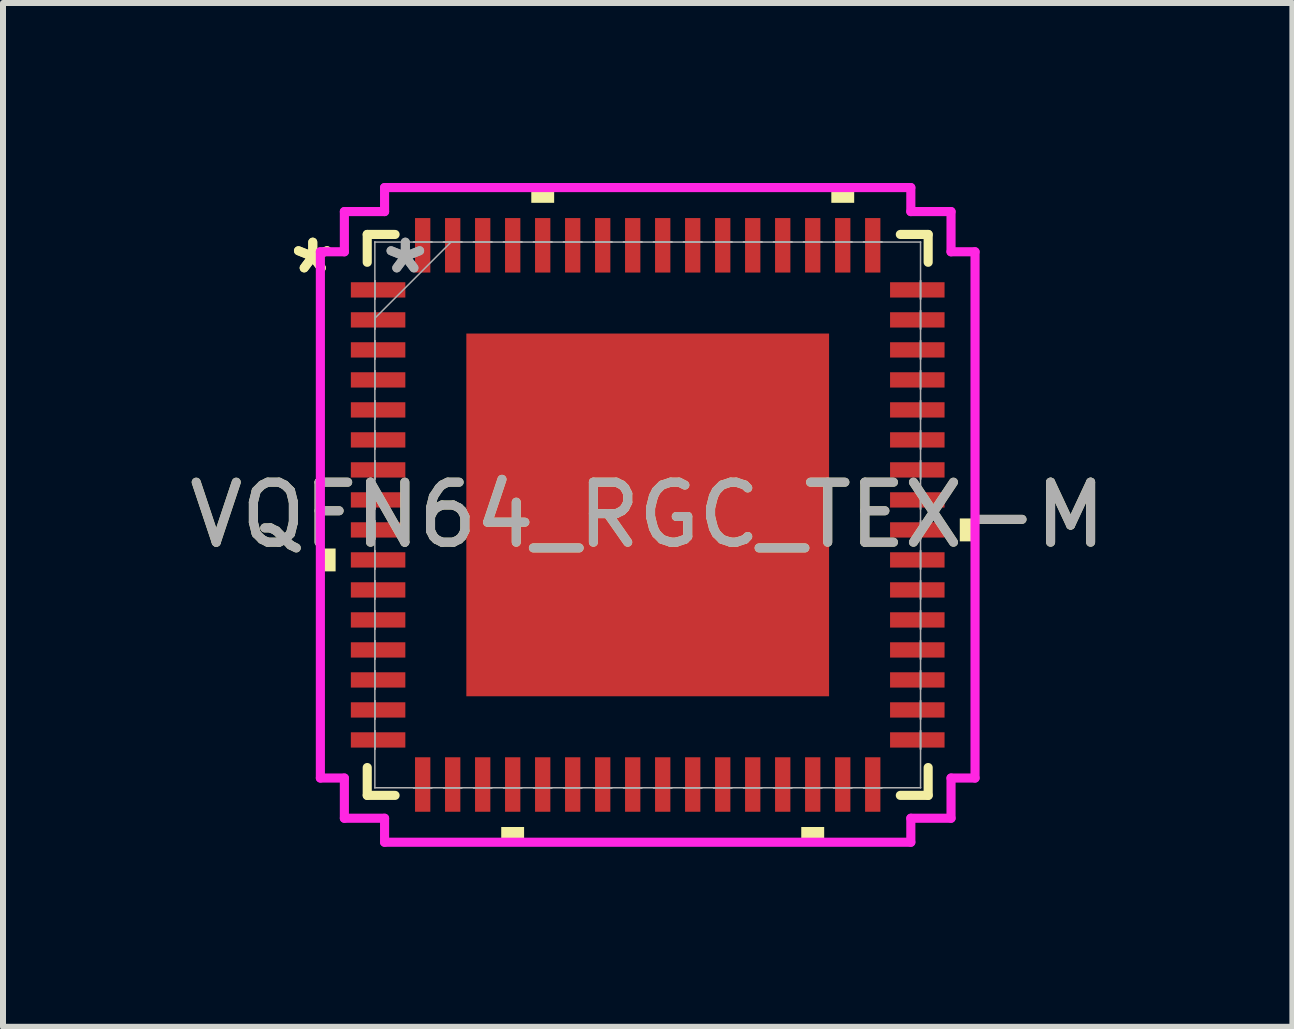
<source format=kicad_pcb>
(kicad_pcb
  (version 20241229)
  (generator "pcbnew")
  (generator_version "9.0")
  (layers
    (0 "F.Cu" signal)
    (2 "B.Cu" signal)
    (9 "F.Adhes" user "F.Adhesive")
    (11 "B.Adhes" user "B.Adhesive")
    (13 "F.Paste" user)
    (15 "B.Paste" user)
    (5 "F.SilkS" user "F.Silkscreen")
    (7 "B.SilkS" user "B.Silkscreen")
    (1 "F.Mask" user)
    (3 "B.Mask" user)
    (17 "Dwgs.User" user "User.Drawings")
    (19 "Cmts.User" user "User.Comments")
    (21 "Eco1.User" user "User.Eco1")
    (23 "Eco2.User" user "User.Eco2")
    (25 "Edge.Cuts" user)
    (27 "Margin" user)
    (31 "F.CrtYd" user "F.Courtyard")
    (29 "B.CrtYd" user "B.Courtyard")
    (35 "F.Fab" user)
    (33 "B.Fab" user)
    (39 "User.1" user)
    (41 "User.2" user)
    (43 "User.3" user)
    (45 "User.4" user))
  (footprint "VQFN64_RGC_TEX-M"
    (layer "F.Cu")
    (at 7.744 5.531)
    (property "Reference" "VQFN64_RGC_TEX-M" (at 0 0 0) (unlocked yes) (layer "F.SilkS") (effects (font (size 1 1) (thickness 0.15))))
    (attr smd)
    (fp_line (start -4.674 -4.674) (end -4.674 -4.21) (stroke (width 0.152) (type solid)) (layer "F.SilkS"))
    (fp_line (start -4.674 4.21) (end -4.674 4.674) (stroke (width 0.152) (type solid)) (layer "F.SilkS"))
    (fp_line (start -4.674 4.674) (end -4.21 4.674) (stroke (width 0.152) (type solid)) (layer "F.SilkS"))
    (fp_line (start -4.21 -4.674) (end -4.674 -4.674) (stroke (width 0.152) (type solid)) (layer "F.SilkS"))
    (fp_line (start 4.21 4.674) (end 4.674 4.674) (stroke (width 0.152) (type solid)) (layer "F.SilkS"))
    (fp_line (start 4.674 -4.674) (end 4.21 -4.674) (stroke (width 0.152) (type solid)) (layer "F.SilkS"))
    (fp_line (start 4.674 -4.21) (end 4.674 -4.674) (stroke (width 0.152) (type solid)) (layer "F.SilkS"))
    (fp_line (start 4.674 4.674) (end 4.674 4.21) (stroke (width 0.152) (type solid)) (layer "F.SilkS"))
    (fp_poly (pts (xy -5.455 0.56) (xy -5.455 0.941) (xy -5.201 0.941) (xy -5.201 0.56)) (stroke (width 0) (type solid)) (fill yes) (layer "F.SilkS"))
    (fp_poly (pts (xy -2.441 5.201) (xy -2.441 5.455) (xy -2.06 5.455) (xy -2.06 5.201)) (stroke (width 0) (type solid)) (fill yes) (layer "F.SilkS"))
    (fp_poly (pts (xy -1.94 -5.201) (xy -1.94 -5.455) (xy -1.559 -5.455) (xy -1.559 -5.201)) (stroke (width 0) (type solid)) (fill yes) (layer "F.SilkS"))
    (fp_poly (pts (xy 2.559 5.201) (xy 2.559 5.455) (xy 2.941 5.455) (xy 2.941 5.201)) (stroke (width 0) (type solid)) (fill yes) (layer "F.SilkS"))
    (fp_poly (pts (xy 3.06 -5.201) (xy 3.06 -5.455) (xy 3.441 -5.455) (xy 3.441 -5.201)) (stroke (width 0) (type solid)) (fill yes) (layer "F.SilkS"))
    (fp_poly (pts (xy 5.455 0.059) (xy 5.455 0.441) (xy 5.201 0.441) (xy 5.201 0.059)) (stroke (width 0) (type solid)) (fill yes) (layer "F.SilkS"))
    (fp_poly (pts (xy -2.923 -2.923) (xy -2.923 -1.611) (xy -1.611 -1.611) (xy -1.611 -2.923)) (stroke (width 0) (type solid)) (fill yes) (layer "F.Paste"))
    (fp_poly (pts (xy -2.923 -1.411) (xy -2.923 -0.1) (xy -1.611 -0.1) (xy -1.611 -1.411)) (stroke (width 0) (type solid)) (fill yes) (layer "F.Paste"))
    (fp_poly (pts (xy -2.923 0.1) (xy -2.923 1.411) (xy -1.611 1.411) (xy -1.611 0.1)) (stroke (width 0) (type solid)) (fill yes) (layer "F.Paste"))
    (fp_poly (pts (xy -2.923 1.611) (xy -2.923 2.923) (xy -1.611 2.923) (xy -1.611 1.611)) (stroke (width 0) (type solid)) (fill yes) (layer "F.Paste"))
    (fp_poly (pts (xy -1.411 -2.923) (xy -1.411 -1.611) (xy -0.1 -1.611) (xy -0.1 -2.923)) (stroke (width 0) (type solid)) (fill yes) (layer "F.Paste"))
    (fp_poly (pts (xy -1.411 -1.411) (xy -1.411 -0.1) (xy -0.1 -0.1) (xy -0.1 -1.411)) (stroke (width 0) (type solid)) (fill yes) (layer "F.Paste"))
    (fp_poly (pts (xy -1.411 0.1) (xy -1.411 1.411) (xy -0.1 1.411) (xy -0.1 0.1)) (stroke (width 0) (type solid)) (fill yes) (layer "F.Paste"))
    (fp_poly (pts (xy -1.411 1.611) (xy -1.411 2.923) (xy -0.1 2.923) (xy -0.1 1.611)) (stroke (width 0) (type solid)) (fill yes) (layer "F.Paste"))
    (fp_poly (pts (xy 0.1 -2.923) (xy 0.1 -1.611) (xy 1.411 -1.611) (xy 1.411 -2.923)) (stroke (width 0) (type solid)) (fill yes) (layer "F.Paste"))
    (fp_poly (pts (xy 0.1 -1.411) (xy 0.1 -0.1) (xy 1.411 -0.1) (xy 1.411 -1.411)) (stroke (width 0) (type solid)) (fill yes) (layer "F.Paste"))
    (fp_poly (pts (xy 0.1 0.1) (xy 0.1 1.411) (xy 1.411 1.411) (xy 1.411 0.1)) (stroke (width 0) (type solid)) (fill yes) (layer "F.Paste"))
    (fp_poly (pts (xy 0.1 1.611) (xy 0.1 2.923) (xy 1.411 2.923) (xy 1.411 1.611)) (stroke (width 0) (type solid)) (fill yes) (layer "F.Paste"))
    (fp_poly (pts (xy 1.611 -2.923) (xy 1.611 -1.611) (xy 2.923 -1.611) (xy 2.923 -2.923)) (stroke (width 0) (type solid)) (fill yes) (layer "F.Paste"))
    (fp_poly (pts (xy 1.611 -1.411) (xy 1.611 -0.1) (xy 2.923 -0.1) (xy 2.923 -1.411)) (stroke (width 0) (type solid)) (fill yes) (layer "F.Paste"))
    (fp_poly (pts (xy 1.611 0.1) (xy 1.611 1.411) (xy 2.923 1.411) (xy 2.923 0.1)) (stroke (width 0) (type solid)) (fill yes) (layer "F.Paste"))
    (fp_poly (pts (xy 1.611 1.611) (xy 1.611 2.923) (xy 2.923 2.923) (xy 2.923 1.611)) (stroke (width 0) (type solid)) (fill yes) (layer "F.Paste"))
    (fp_line (start -5.455 -4.385) (end -5.055 -4.385) (stroke (width 0.152) (type solid)) (layer "F.CrtYd"))
    (fp_line (start -5.455 4.385) (end -5.455 -4.385) (stroke (width 0.152) (type solid)) (layer "F.CrtYd"))
    (fp_line (start -5.055 -5.055) (end -4.385 -5.055) (stroke (width 0.152) (type solid)) (layer "F.CrtYd"))
    (fp_line (start -5.055 -4.385) (end -5.055 -5.055) (stroke (width 0.152) (type solid)) (layer "F.CrtYd"))
    (fp_line (start -5.055 4.385) (end -5.455 4.385) (stroke (width 0.152) (type solid)) (layer "F.CrtYd"))
    (fp_line (start -5.055 5.055) (end -5.055 4.385) (stroke (width 0.152) (type solid)) (layer "F.CrtYd"))
    (fp_line (start -4.385 -5.455) (end 4.385 -5.455) (stroke (width 0.152) (type solid)) (layer "F.CrtYd"))
    (fp_line (start -4.385 -5.055) (end -4.385 -5.455) (stroke (width 0.152) (type solid)) (layer "F.CrtYd"))
    (fp_line (start -4.385 5.055) (end -5.055 5.055) (stroke (width 0.152) (type solid)) (layer "F.CrtYd"))
    (fp_line (start -4.385 5.455) (end -4.385 5.055) (stroke (width 0.152) (type solid)) (layer "F.CrtYd"))
    (fp_line (start 4.385 -5.455) (end 4.385 -5.055) (stroke (width 0.152) (type solid)) (layer "F.CrtYd"))
    (fp_line (start 4.385 -5.055) (end 5.055 -5.055) (stroke (width 0.152) (type solid)) (layer "F.CrtYd"))
    (fp_line (start 4.385 5.055) (end 4.385 5.455) (stroke (width 0.152) (type solid)) (layer "F.CrtYd"))
    (fp_line (start 4.385 5.455) (end -4.385 5.455) (stroke (width 0.152) (type solid)) (layer "F.CrtYd"))
    (fp_line (start 5.055 -5.055) (end 5.055 -4.385) (stroke (width 0.152) (type solid)) (layer "F.CrtYd"))
    (fp_line (start 5.055 -4.385) (end 5.455 -4.385) (stroke (width 0.152) (type solid)) (layer "F.CrtYd"))
    (fp_line (start 5.055 4.385) (end 5.055 5.055) (stroke (width 0.152) (type solid)) (layer "F.CrtYd"))
    (fp_line (start 5.055 5.055) (end 4.385 5.055) (stroke (width 0.152) (type solid)) (layer "F.CrtYd"))
    (fp_line (start 5.455 -4.385) (end 5.455 4.385) (stroke (width 0.152) (type solid)) (layer "F.CrtYd"))
    (fp_line (start 5.455 4.385) (end 5.055 4.385) (stroke (width 0.152) (type solid)) (layer "F.CrtYd"))
    (fp_line (start -4.547 -4.547) (end -4.547 -4.547) (stroke (width 0.025) (type solid)) (layer "F.Fab"))
    (fp_line (start -4.547 -4.547) (end -4.547 4.547) (stroke (width 0.025) (type solid)) (layer "F.Fab"))
    (fp_line (start -4.547 -3.902) (end -4.547 -3.902) (stroke (width 0.025) (type solid)) (layer "F.Fab"))
    (fp_line (start -4.547 -3.902) (end -4.547 -3.598) (stroke (width 0.025) (type solid)) (layer "F.Fab"))
    (fp_line (start -4.547 -3.598) (end -4.547 -3.902) (stroke (width 0.025) (type solid)) (layer "F.Fab"))
    (fp_line (start -4.547 -3.598) (end -4.547 -3.598) (stroke (width 0.025) (type solid)) (layer "F.Fab"))
    (fp_line (start -4.547 -3.402) (end -4.547 -3.402) (stroke (width 0.025) (type solid)) (layer "F.Fab"))
    (fp_line (start -4.547 -3.402) (end -4.547 -3.098) (stroke (width 0.025) (type solid)) (layer "F.Fab"))
    (fp_line (start -4.547 -3.277) (end -3.277 -4.547) (stroke (width 0.025) (type solid)) (layer "F.Fab"))
    (fp_line (start -4.547 -3.098) (end -4.547 -3.402) (stroke (width 0.025) (type solid)) (layer "F.Fab"))
    (fp_line (start -4.547 -3.098) (end -4.547 -3.098) (stroke (width 0.025) (type solid)) (layer "F.Fab"))
    (fp_line (start -4.547 -2.902) (end -4.547 -2.902) (stroke (width 0.025) (type solid)) (layer "F.Fab"))
    (fp_line (start -4.547 -2.902) (end -4.547 -2.598) (stroke (width 0.025) (type solid)) (layer "F.Fab"))
    (fp_line (start -4.547 -2.598) (end -4.547 -2.902) (stroke (width 0.025) (type solid)) (layer "F.Fab"))
    (fp_line (start -4.547 -2.598) (end -4.547 -2.598) (stroke (width 0.025) (type solid)) (layer "F.Fab"))
    (fp_line (start -4.547 -2.402) (end -4.547 -2.402) (stroke (width 0.025) (type solid)) (layer "F.Fab"))
    (fp_line (start -4.547 -2.402) (end -4.547 -2.098) (stroke (width 0.025) (type solid)) (layer "F.Fab"))
    (fp_line (start -4.547 -2.098) (end -4.547 -2.402) (stroke (width 0.025) (type solid)) (layer "F.Fab"))
    (fp_line (start -4.547 -2.098) (end -4.547 -2.098) (stroke (width 0.025) (type solid)) (layer "F.Fab"))
    (fp_line (start -4.547 -1.902) (end -4.547 -1.902) (stroke (width 0.025) (type solid)) (layer "F.Fab"))
    (fp_line (start -4.547 -1.902) (end -4.547 -1.598) (stroke (width 0.025) (type solid)) (layer "F.Fab"))
    (fp_line (start -4.547 -1.598) (end -4.547 -1.902) (stroke (width 0.025) (type solid)) (layer "F.Fab"))
    (fp_line (start -4.547 -1.598) (end -4.547 -1.598) (stroke (width 0.025) (type solid)) (layer "F.Fab"))
    (fp_line (start -4.547 -1.402) (end -4.547 -1.402) (stroke (width 0.025) (type solid)) (layer "F.Fab"))
    (fp_line (start -4.547 -1.402) (end -4.547 -1.098) (stroke (width 0.025) (type solid)) (layer "F.Fab"))
    (fp_line (start -4.547 -1.098) (end -4.547 -1.402) (stroke (width 0.025) (type solid)) (layer "F.Fab"))
    (fp_line (start -4.547 -1.098) (end -4.547 -1.098) (stroke (width 0.025) (type solid)) (layer "F.Fab"))
    (fp_line (start -4.547 -0.902) (end -4.547 -0.902) (stroke (width 0.025) (type solid)) (layer "F.Fab"))
    (fp_line (start -4.547 -0.902) (end -4.547 -0.598) (stroke (width 0.025) (type solid)) (layer "F.Fab"))
    (fp_line (start -4.547 -0.598) (end -4.547 -0.902) (stroke (width 0.025) (type solid)) (layer "F.Fab"))
    (fp_line (start -4.547 -0.598) (end -4.547 -0.598) (stroke (width 0.025) (type solid)) (layer "F.Fab"))
    (fp_line (start -4.547 -0.402) (end -4.547 -0.402) (stroke (width 0.025) (type solid)) (layer "F.Fab"))
    (fp_line (start -4.547 -0.402) (end -4.547 -0.098) (stroke (width 0.025) (type solid)) (layer "F.Fab"))
    (fp_line (start -4.547 -0.098) (end -4.547 -0.402) (stroke (width 0.025) (type solid)) (layer "F.Fab"))
    (fp_line (start -4.547 -0.098) (end -4.547 -0.098) (stroke (width 0.025) (type solid)) (layer "F.Fab"))
    (fp_line (start -4.547 0.098) (end -4.547 0.098) (stroke (width 0.025) (type solid)) (layer "F.Fab"))
    (fp_line (start -4.547 0.098) (end -4.547 0.402) (stroke (width 0.025) (type solid)) (layer "F.Fab"))
    (fp_line (start -4.547 0.402) (end -4.547 0.098) (stroke (width 0.025) (type solid)) (layer "F.Fab"))
    (fp_line (start -4.547 0.402) (end -4.547 0.402) (stroke (width 0.025) (type solid)) (layer "F.Fab"))
    (fp_line (start -4.547 0.598) (end -4.547 0.598) (stroke (width 0.025) (type solid)) (layer "F.Fab"))
    (fp_line (start -4.547 0.598) (end -4.547 0.902) (stroke (width 0.025) (type solid)) (layer "F.Fab"))
    (fp_line (start -4.547 0.902) (end -4.547 0.598) (stroke (width 0.025) (type solid)) (layer "F.Fab"))
    (fp_line (start -4.547 0.902) (end -4.547 0.902) (stroke (width 0.025) (type solid)) (layer "F.Fab"))
    (fp_line (start -4.547 1.098) (end -4.547 1.098) (stroke (width 0.025) (type solid)) (layer "F.Fab"))
    (fp_line (start -4.547 1.098) (end -4.547 1.402) (stroke (width 0.025) (type solid)) (layer "F.Fab"))
    (fp_line (start -4.547 1.402) (end -4.547 1.098) (stroke (width 0.025) (type solid)) (layer "F.Fab"))
    (fp_line (start -4.547 1.402) (end -4.547 1.402) (stroke (width 0.025) (type solid)) (layer "F.Fab"))
    (fp_line (start -4.547 1.598) (end -4.547 1.598) (stroke (width 0.025) (type solid)) (layer "F.Fab"))
    (fp_line (start -4.547 1.598) (end -4.547 1.902) (stroke (width 0.025) (type solid)) (layer "F.Fab"))
    (fp_line (start -4.547 1.902) (end -4.547 1.598) (stroke (width 0.025) (type solid)) (layer "F.Fab"))
    (fp_line (start -4.547 1.902) (end -4.547 1.902) (stroke (width 0.025) (type solid)) (layer "F.Fab"))
    (fp_line (start -4.547 2.098) (end -4.547 2.098) (stroke (width 0.025) (type solid)) (layer "F.Fab"))
    (fp_line (start -4.547 2.098) (end -4.547 2.402) (stroke (width 0.025) (type solid)) (layer "F.Fab"))
    (fp_line (start -4.547 2.402) (end -4.547 2.098) (stroke (width 0.025) (type solid)) (layer "F.Fab"))
    (fp_line (start -4.547 2.402) (end -4.547 2.402) (stroke (width 0.025) (type solid)) (layer "F.Fab"))
    (fp_line (start -4.547 2.598) (end -4.547 2.598) (stroke (width 0.025) (type solid)) (layer "F.Fab"))
    (fp_line (start -4.547 2.598) (end -4.547 2.902) (stroke (width 0.025) (type solid)) (layer "F.Fab"))
    (fp_line (start -4.547 2.902) (end -4.547 2.598) (stroke (width 0.025) (type solid)) (layer "F.Fab"))
    (fp_line (start -4.547 2.902) (end -4.547 2.902) (stroke (width 0.025) (type solid)) (layer "F.Fab"))
    (fp_line (start -4.547 3.098) (end -4.547 3.098) (stroke (width 0.025) (type solid)) (layer "F.Fab"))
    (fp_line (start -4.547 3.098) (end -4.547 3.402) (stroke (width 0.025) (type solid)) (layer "F.Fab"))
    (fp_line (start -4.547 3.402) (end -4.547 3.098) (stroke (width 0.025) (type solid)) (layer "F.Fab"))
    (fp_line (start -4.547 3.402) (end -4.547 3.402) (stroke (width 0.025) (type solid)) (layer "F.Fab"))
    (fp_line (start -4.547 3.598) (end -4.547 3.598) (stroke (width 0.025) (type solid)) (layer "F.Fab"))
    (fp_line (start -4.547 3.598) (end -4.547 3.902) (stroke (width 0.025) (type solid)) (layer "F.Fab"))
    (fp_line (start -4.547 3.902) (end -4.547 3.598) (stroke (width 0.025) (type solid)) (layer "F.Fab"))
    (fp_line (start -4.547 3.902) (end -4.547 3.902) (stroke (width 0.025) (type solid)) (layer "F.Fab"))
    (fp_line (start -4.547 4.547) (end -4.547 4.547) (stroke (width 0.025) (type solid)) (layer "F.Fab"))
    (fp_line (start -4.547 4.547) (end 4.547 4.547) (stroke (width 0.025) (type solid)) (layer "F.Fab"))
    (fp_line (start -3.902 -4.547) (end -3.902 -4.547) (stroke (width 0.025) (type solid)) (layer "F.Fab"))
    (fp_line (start -3.902 -4.547) (end -3.598 -4.547) (stroke (width 0.025) (type solid)) (layer "F.Fab"))
    (fp_line (start -3.902 4.547) (end -3.902 4.547) (stroke (width 0.025) (type solid)) (layer "F.Fab"))
    (fp_line (start -3.902 4.547) (end -3.598 4.547) (stroke (width 0.025) (type solid)) (layer "F.Fab"))
    (fp_line (start -3.598 -4.547) (end -3.902 -4.547) (stroke (width 0.025) (type solid)) (layer "F.Fab"))
    (fp_line (start -3.598 -4.547) (end -3.598 -4.547) (stroke (width 0.025) (type solid)) (layer "F.Fab"))
    (fp_line (start -3.598 4.547) (end -3.902 4.547) (stroke (width 0.025) (type solid)) (layer "F.Fab"))
    (fp_line (start -3.598 4.547) (end -3.598 4.547) (stroke (width 0.025) (type solid)) (layer "F.Fab"))
    (fp_line (start -3.402 -4.547) (end -3.402 -4.547) (stroke (width 0.025) (type solid)) (layer "F.Fab"))
    (fp_line (start -3.402 -4.547) (end -3.098 -4.547) (stroke (width 0.025) (type solid)) (layer "F.Fab"))
    (fp_line (start -3.402 4.547) (end -3.402 4.547) (stroke (width 0.025) (type solid)) (layer "F.Fab"))
    (fp_line (start -3.402 4.547) (end -3.098 4.547) (stroke (width 0.025) (type solid)) (layer "F.Fab"))
    (fp_line (start -3.098 -4.547) (end -3.402 -4.547) (stroke (width 0.025) (type solid)) (layer "F.Fab"))
    (fp_line (start -3.098 -4.547) (end -3.098 -4.547) (stroke (width 0.025) (type solid)) (layer "F.Fab"))
    (fp_line (start -3.098 4.547) (end -3.402 4.547) (stroke (width 0.025) (type solid)) (layer "F.Fab"))
    (fp_line (start -3.098 4.547) (end -3.098 4.547) (stroke (width 0.025) (type solid)) (layer "F.Fab"))
    (fp_line (start -2.902 -4.547) (end -2.902 -4.547) (stroke (width 0.025) (type solid)) (layer "F.Fab"))
    (fp_line (start -2.902 -4.547) (end -2.598 -4.547) (stroke (width 0.025) (type solid)) (layer "F.Fab"))
    (fp_line (start -2.902 4.547) (end -2.902 4.547) (stroke (width 0.025) (type solid)) (layer "F.Fab"))
    (fp_line (start -2.902 4.547) (end -2.598 4.547) (stroke (width 0.025) (type solid)) (layer "F.Fab"))
    (fp_line (start -2.598 -4.547) (end -2.902 -4.547) (stroke (width 0.025) (type solid)) (layer "F.Fab"))
    (fp_line (start -2.598 -4.547) (end -2.598 -4.547) (stroke (width 0.025) (type solid)) (layer "F.Fab"))
    (fp_line (start -2.598 4.547) (end -2.902 4.547) (stroke (width 0.025) (type solid)) (layer "F.Fab"))
    (fp_line (start -2.598 4.547) (end -2.598 4.547) (stroke (width 0.025) (type solid)) (layer "F.Fab"))
    (fp_line (start -2.402 -4.547) (end -2.402 -4.547) (stroke (width 0.025) (type solid)) (layer "F.Fab"))
    (fp_line (start -2.402 -4.547) (end -2.098 -4.547) (stroke (width 0.025) (type solid)) (layer "F.Fab"))
    (fp_line (start -2.402 4.547) (end -2.402 4.547) (stroke (width 0.025) (type solid)) (layer "F.Fab"))
    (fp_line (start -2.402 4.547) (end -2.098 4.547) (stroke (width 0.025) (type solid)) (layer "F.Fab"))
    (fp_line (start -2.098 -4.547) (end -2.402 -4.547) (stroke (width 0.025) (type solid)) (layer "F.Fab"))
    (fp_line (start -2.098 -4.547) (end -2.098 -4.547) (stroke (width 0.025) (type solid)) (layer "F.Fab"))
    (fp_line (start -2.098 4.547) (end -2.402 4.547) (stroke (width 0.025) (type solid)) (layer "F.Fab"))
    (fp_line (start -2.098 4.547) (end -2.098 4.547) (stroke (width 0.025) (type solid)) (layer "F.Fab"))
    (fp_line (start -1.902 -4.547) (end -1.902 -4.547) (stroke (width 0.025) (type solid)) (layer "F.Fab"))
    (fp_line (start -1.902 -4.547) (end -1.598 -4.547) (stroke (width 0.025) (type solid)) (layer "F.Fab"))
    (fp_line (start -1.902 4.547) (end -1.902 4.547) (stroke (width 0.025) (type solid)) (layer "F.Fab"))
    (fp_line (start -1.902 4.547) (end -1.598 4.547) (stroke (width 0.025) (type solid)) (layer "F.Fab"))
    (fp_line (start -1.598 -4.547) (end -1.902 -4.547) (stroke (width 0.025) (type solid)) (layer "F.Fab"))
    (fp_line (start -1.598 -4.547) (end -1.598 -4.547) (stroke (width 0.025) (type solid)) (layer "F.Fab"))
    (fp_line (start -1.598 4.547) (end -1.902 4.547) (stroke (width 0.025) (type solid)) (layer "F.Fab"))
    (fp_line (start -1.598 4.547) (end -1.598 4.547) (stroke (width 0.025) (type solid)) (layer "F.Fab"))
    (fp_line (start -1.402 -4.547) (end -1.402 -4.547) (stroke (width 0.025) (type solid)) (layer "F.Fab"))
    (fp_line (start -1.402 -4.547) (end -1.098 -4.547) (stroke (width 0.025) (type solid)) (layer "F.Fab"))
    (fp_line (start -1.402 4.547) (end -1.402 4.547) (stroke (width 0.025) (type solid)) (layer "F.Fab"))
    (fp_line (start -1.402 4.547) (end -1.098 4.547) (stroke (width 0.025) (type solid)) (layer "F.Fab"))
    (fp_line (start -1.098 -4.547) (end -1.402 -4.547) (stroke (width 0.025) (type solid)) (layer "F.Fab"))
    (fp_line (start -1.098 -4.547) (end -1.098 -4.547) (stroke (width 0.025) (type solid)) (layer "F.Fab"))
    (fp_line (start -1.098 4.547) (end -1.402 4.547) (stroke (width 0.025) (type solid)) (layer "F.Fab"))
    (fp_line (start -1.098 4.547) (end -1.098 4.547) (stroke (width 0.025) (type solid)) (layer "F.Fab"))
    (fp_line (start -0.902 -4.547) (end -0.902 -4.547) (stroke (width 0.025) (type solid)) (layer "F.Fab"))
    (fp_line (start -0.902 -4.547) (end -0.598 -4.547) (stroke (width 0.025) (type solid)) (layer "F.Fab"))
    (fp_line (start -0.902 4.547) (end -0.902 4.547) (stroke (width 0.025) (type solid)) (layer "F.Fab"))
    (fp_line (start -0.902 4.547) (end -0.598 4.547) (stroke (width 0.025) (type solid)) (layer "F.Fab"))
    (fp_line (start -0.598 -4.547) (end -0.902 -4.547) (stroke (width 0.025) (type solid)) (layer "F.Fab"))
    (fp_line (start -0.598 -4.547) (end -0.598 -4.547) (stroke (width 0.025) (type solid)) (layer "F.Fab"))
    (fp_line (start -0.598 4.547) (end -0.902 4.547) (stroke (width 0.025) (type solid)) (layer "F.Fab"))
    (fp_line (start -0.598 4.547) (end -0.598 4.547) (stroke (width 0.025) (type solid)) (layer "F.Fab"))
    (fp_line (start -0.402 -4.547) (end -0.402 -4.547) (stroke (width 0.025) (type solid)) (layer "F.Fab"))
    (fp_line (start -0.402 -4.547) (end -0.098 -4.547) (stroke (width 0.025) (type solid)) (layer "F.Fab"))
    (fp_line (start -0.402 4.547) (end -0.402 4.547) (stroke (width 0.025) (type solid)) (layer "F.Fab"))
    (fp_line (start -0.402 4.547) (end -0.098 4.547) (stroke (width 0.025) (type solid)) (layer "F.Fab"))
    (fp_line (start -0.098 -4.547) (end -0.402 -4.547) (stroke (width 0.025) (type solid)) (layer "F.Fab"))
    (fp_line (start -0.098 -4.547) (end -0.098 -4.547) (stroke (width 0.025) (type solid)) (layer "F.Fab"))
    (fp_line (start -0.098 4.547) (end -0.402 4.547) (stroke (width 0.025) (type solid)) (layer "F.Fab"))
    (fp_line (start -0.098 4.547) (end -0.098 4.547) (stroke (width 0.025) (type solid)) (layer "F.Fab"))
    (fp_line (start 0.098 -4.547) (end 0.098 -4.547) (stroke (width 0.025) (type solid)) (layer "F.Fab"))
    (fp_line (start 0.098 -4.547) (end 0.402 -4.547) (stroke (width 0.025) (type solid)) (layer "F.Fab"))
    (fp_line (start 0.098 4.547) (end 0.098 4.547) (stroke (width 0.025) (type solid)) (layer "F.Fab"))
    (fp_line (start 0.098 4.547) (end 0.402 4.547) (stroke (width 0.025) (type solid)) (layer "F.Fab"))
    (fp_line (start 0.402 -4.547) (end 0.098 -4.547) (stroke (width 0.025) (type solid)) (layer "F.Fab"))
    (fp_line (start 0.402 -4.547) (end 0.402 -4.547) (stroke (width 0.025) (type solid)) (layer "F.Fab"))
    (fp_line (start 0.402 4.547) (end 0.098 4.547) (stroke (width 0.025) (type solid)) (layer "F.Fab"))
    (fp_line (start 0.402 4.547) (end 0.402 4.547) (stroke (width 0.025) (type solid)) (layer "F.Fab"))
    (fp_line (start 0.598 -4.547) (end 0.598 -4.547) (stroke (width 0.025) (type solid)) (layer "F.Fab"))
    (fp_line (start 0.598 -4.547) (end 0.902 -4.547) (stroke (width 0.025) (type solid)) (layer "F.Fab"))
    (fp_line (start 0.598 4.547) (end 0.598 4.547) (stroke (width 0.025) (type solid)) (layer "F.Fab"))
    (fp_line (start 0.598 4.547) (end 0.902 4.547) (stroke (width 0.025) (type solid)) (layer "F.Fab"))
    (fp_line (start 0.902 -4.547) (end 0.598 -4.547) (stroke (width 0.025) (type solid)) (layer "F.Fab"))
    (fp_line (start 0.902 -4.547) (end 0.902 -4.547) (stroke (width 0.025) (type solid)) (layer "F.Fab"))
    (fp_line (start 0.902 4.547) (end 0.598 4.547) (stroke (width 0.025) (type solid)) (layer "F.Fab"))
    (fp_line (start 0.902 4.547) (end 0.902 4.547) (stroke (width 0.025) (type solid)) (layer "F.Fab"))
    (fp_line (start 1.098 -4.547) (end 1.098 -4.547) (stroke (width 0.025) (type solid)) (layer "F.Fab"))
    (fp_line (start 1.098 -4.547) (end 1.402 -4.547) (stroke (width 0.025) (type solid)) (layer "F.Fab"))
    (fp_line (start 1.098 4.547) (end 1.098 4.547) (stroke (width 0.025) (type solid)) (layer "F.Fab"))
    (fp_line (start 1.098 4.547) (end 1.402 4.547) (stroke (width 0.025) (type solid)) (layer "F.Fab"))
    (fp_line (start 1.402 -4.547) (end 1.098 -4.547) (stroke (width 0.025) (type solid)) (layer "F.Fab"))
    (fp_line (start 1.402 -4.547) (end 1.402 -4.547) (stroke (width 0.025) (type solid)) (layer "F.Fab"))
    (fp_line (start 1.402 4.547) (end 1.098 4.547) (stroke (width 0.025) (type solid)) (layer "F.Fab"))
    (fp_line (start 1.402 4.547) (end 1.402 4.547) (stroke (width 0.025) (type solid)) (layer "F.Fab"))
    (fp_line (start 1.598 -4.547) (end 1.598 -4.547) (stroke (width 0.025) (type solid)) (layer "F.Fab"))
    (fp_line (start 1.598 -4.547) (end 1.902 -4.547) (stroke (width 0.025) (type solid)) (layer "F.Fab"))
    (fp_line (start 1.598 4.547) (end 1.598 4.547) (stroke (width 0.025) (type solid)) (layer "F.Fab"))
    (fp_line (start 1.598 4.547) (end 1.902 4.547) (stroke (width 0.025) (type solid)) (layer "F.Fab"))
    (fp_line (start 1.902 -4.547) (end 1.598 -4.547) (stroke (width 0.025) (type solid)) (layer "F.Fab"))
    (fp_line (start 1.902 -4.547) (end 1.902 -4.547) (stroke (width 0.025) (type solid)) (layer "F.Fab"))
    (fp_line (start 1.902 4.547) (end 1.598 4.547) (stroke (width 0.025) (type solid)) (layer "F.Fab"))
    (fp_line (start 1.902 4.547) (end 1.902 4.547) (stroke (width 0.025) (type solid)) (layer "F.Fab"))
    (fp_line (start 2.098 -4.547) (end 2.098 -4.547) (stroke (width 0.025) (type solid)) (layer "F.Fab"))
    (fp_line (start 2.098 -4.547) (end 2.402 -4.547) (stroke (width 0.025) (type solid)) (layer "F.Fab"))
    (fp_line (start 2.098 4.547) (end 2.098 4.547) (stroke (width 0.025) (type solid)) (layer "F.Fab"))
    (fp_line (start 2.098 4.547) (end 2.402 4.547) (stroke (width 0.025) (type solid)) (layer "F.Fab"))
    (fp_line (start 2.402 -4.547) (end 2.098 -4.547) (stroke (width 0.025) (type solid)) (layer "F.Fab"))
    (fp_line (start 2.402 -4.547) (end 2.402 -4.547) (stroke (width 0.025) (type solid)) (layer "F.Fab"))
    (fp_line (start 2.402 4.547) (end 2.098 4.547) (stroke (width 0.025) (type solid)) (layer "F.Fab"))
    (fp_line (start 2.402 4.547) (end 2.402 4.547) (stroke (width 0.025) (type solid)) (layer "F.Fab"))
    (fp_line (start 2.598 -4.547) (end 2.598 -4.547) (stroke (width 0.025) (type solid)) (layer "F.Fab"))
    (fp_line (start 2.598 -4.547) (end 2.902 -4.547) (stroke (width 0.025) (type solid)) (layer "F.Fab"))
    (fp_line (start 2.598 4.547) (end 2.598 4.547) (stroke (width 0.025) (type solid)) (layer "F.Fab"))
    (fp_line (start 2.598 4.547) (end 2.902 4.547) (stroke (width 0.025) (type solid)) (layer "F.Fab"))
    (fp_line (start 2.902 -4.547) (end 2.598 -4.547) (stroke (width 0.025) (type solid)) (layer "F.Fab"))
    (fp_line (start 2.902 -4.547) (end 2.902 -4.547) (stroke (width 0.025) (type solid)) (layer "F.Fab"))
    (fp_line (start 2.902 4.547) (end 2.598 4.547) (stroke (width 0.025) (type solid)) (layer "F.Fab"))
    (fp_line (start 2.902 4.547) (end 2.902 4.547) (stroke (width 0.025) (type solid)) (layer "F.Fab"))
    (fp_line (start 3.098 -4.547) (end 3.098 -4.547) (stroke (width 0.025) (type solid)) (layer "F.Fab"))
    (fp_line (start 3.098 -4.547) (end 3.402 -4.547) (stroke (width 0.025) (type solid)) (layer "F.Fab"))
    (fp_line (start 3.098 4.547) (end 3.098 4.547) (stroke (width 0.025) (type solid)) (layer "F.Fab"))
    (fp_line (start 3.098 4.547) (end 3.402 4.547) (stroke (width 0.025) (type solid)) (layer "F.Fab"))
    (fp_line (start 3.402 -4.547) (end 3.098 -4.547) (stroke (width 0.025) (type solid)) (layer "F.Fab"))
    (fp_line (start 3.402 -4.547) (end 3.402 -4.547) (stroke (width 0.025) (type solid)) (layer "F.Fab"))
    (fp_line (start 3.402 4.547) (end 3.098 4.547) (stroke (width 0.025) (type solid)) (layer "F.Fab"))
    (fp_line (start 3.402 4.547) (end 3.402 4.547) (stroke (width 0.025) (type solid)) (layer "F.Fab"))
    (fp_line (start 3.598 -4.547) (end 3.598 -4.547) (stroke (width 0.025) (type solid)) (layer "F.Fab"))
    (fp_line (start 3.598 -4.547) (end 3.902 -4.547) (stroke (width 0.025) (type solid)) (layer "F.Fab"))
    (fp_line (start 3.598 4.547) (end 3.598 4.547) (stroke (width 0.025) (type solid)) (layer "F.Fab"))
    (fp_line (start 3.598 4.547) (end 3.902 4.547) (stroke (width 0.025) (type solid)) (layer "F.Fab"))
    (fp_line (start 3.902 -4.547) (end 3.598 -4.547) (stroke (width 0.025) (type solid)) (layer "F.Fab"))
    (fp_line (start 3.902 -4.547) (end 3.902 -4.547) (stroke (width 0.025) (type solid)) (layer "F.Fab"))
    (fp_line (start 3.902 4.547) (end 3.598 4.547) (stroke (width 0.025) (type solid)) (layer "F.Fab"))
    (fp_line (start 3.902 4.547) (end 3.902 4.547) (stroke (width 0.025) (type solid)) (layer "F.Fab"))
    (fp_line (start 4.547 -4.547) (end -4.547 -4.547) (stroke (width 0.025) (type solid)) (layer "F.Fab"))
    (fp_line (start 4.547 -4.547) (end 4.547 -4.547) (stroke (width 0.025) (type solid)) (layer "F.Fab"))
    (fp_line (start 4.547 -3.902) (end 4.547 -3.902) (stroke (width 0.025) (type solid)) (layer "F.Fab"))
    (fp_line (start 4.547 -3.902) (end 4.547 -3.598) (stroke (width 0.025) (type solid)) (layer "F.Fab"))
    (fp_line (start 4.547 -3.598) (end 4.547 -3.902) (stroke (width 0.025) (type solid)) (layer "F.Fab"))
    (fp_line (start 4.547 -3.598) (end 4.547 -3.598) (stroke (width 0.025) (type solid)) (layer "F.Fab"))
    (fp_line (start 4.547 -3.402) (end 4.547 -3.402) (stroke (width 0.025) (type solid)) (layer "F.Fab"))
    (fp_line (start 4.547 -3.402) (end 4.547 -3.098) (stroke (width 0.025) (type solid)) (layer "F.Fab"))
    (fp_line (start 4.547 -3.098) (end 4.547 -3.402) (stroke (width 0.025) (type solid)) (layer "F.Fab"))
    (fp_line (start 4.547 -3.098) (end 4.547 -3.098) (stroke (width 0.025) (type solid)) (layer "F.Fab"))
    (fp_line (start 4.547 -2.902) (end 4.547 -2.902) (stroke (width 0.025) (type solid)) (layer "F.Fab"))
    (fp_line (start 4.547 -2.902) (end 4.547 -2.598) (stroke (width 0.025) (type solid)) (layer "F.Fab"))
    (fp_line (start 4.547 -2.598) (end 4.547 -2.902) (stroke (width 0.025) (type solid)) (layer "F.Fab"))
    (fp_line (start 4.547 -2.598) (end 4.547 -2.598) (stroke (width 0.025) (type solid)) (layer "F.Fab"))
    (fp_line (start 4.547 -2.402) (end 4.547 -2.402) (stroke (width 0.025) (type solid)) (layer "F.Fab"))
    (fp_line (start 4.547 -2.402) (end 4.547 -2.098) (stroke (width 0.025) (type solid)) (layer "F.Fab"))
    (fp_line (start 4.547 -2.098) (end 4.547 -2.402) (stroke (width 0.025) (type solid)) (layer "F.Fab"))
    (fp_line (start 4.547 -2.098) (end 4.547 -2.098) (stroke (width 0.025) (type solid)) (layer "F.Fab"))
    (fp_line (start 4.547 -1.902) (end 4.547 -1.902) (stroke (width 0.025) (type solid)) (layer "F.Fab"))
    (fp_line (start 4.547 -1.902) (end 4.547 -1.598) (stroke (width 0.025) (type solid)) (layer "F.Fab"))
    (fp_line (start 4.547 -1.598) (end 4.547 -1.902) (stroke (width 0.025) (type solid)) (layer "F.Fab"))
    (fp_line (start 4.547 -1.598) (end 4.547 -1.598) (stroke (width 0.025) (type solid)) (layer "F.Fab"))
    (fp_line (start 4.547 -1.402) (end 4.547 -1.402) (stroke (width 0.025) (type solid)) (layer "F.Fab"))
    (fp_line (start 4.547 -1.402) (end 4.547 -1.098) (stroke (width 0.025) (type solid)) (layer "F.Fab"))
    (fp_line (start 4.547 -1.098) (end 4.547 -1.402) (stroke (width 0.025) (type solid)) (layer "F.Fab"))
    (fp_line (start 4.547 -1.098) (end 4.547 -1.098) (stroke (width 0.025) (type solid)) (layer "F.Fab"))
    (fp_line (start 4.547 -0.902) (end 4.547 -0.902) (stroke (width 0.025) (type solid)) (layer "F.Fab"))
    (fp_line (start 4.547 -0.902) (end 4.547 -0.598) (stroke (width 0.025) (type solid)) (layer "F.Fab"))
    (fp_line (start 4.547 -0.598) (end 4.547 -0.902) (stroke (width 0.025) (type solid)) (layer "F.Fab"))
    (fp_line (start 4.547 -0.598) (end 4.547 -0.598) (stroke (width 0.025) (type solid)) (layer "F.Fab"))
    (fp_line (start 4.547 -0.402) (end 4.547 -0.402) (stroke (width 0.025) (type solid)) (layer "F.Fab"))
    (fp_line (start 4.547 -0.402) (end 4.547 -0.098) (stroke (width 0.025) (type solid)) (layer "F.Fab"))
    (fp_line (start 4.547 -0.098) (end 4.547 -0.402) (stroke (width 0.025) (type solid)) (layer "F.Fab"))
    (fp_line (start 4.547 -0.098) (end 4.547 -0.098) (stroke (width 0.025) (type solid)) (layer "F.Fab"))
    (fp_line (start 4.547 0.098) (end 4.547 0.098) (stroke (width 0.025) (type solid)) (layer "F.Fab"))
    (fp_line (start 4.547 0.098) (end 4.547 0.402) (stroke (width 0.025) (type solid)) (layer "F.Fab"))
    (fp_line (start 4.547 0.402) (end 4.547 0.098) (stroke (width 0.025) (type solid)) (layer "F.Fab"))
    (fp_line (start 4.547 0.402) (end 4.547 0.402) (stroke (width 0.025) (type solid)) (layer "F.Fab"))
    (fp_line (start 4.547 0.598) (end 4.547 0.598) (stroke (width 0.025) (type solid)) (layer "F.Fab"))
    (fp_line (start 4.547 0.598) (end 4.547 0.902) (stroke (width 0.025) (type solid)) (layer "F.Fab"))
    (fp_line (start 4.547 0.902) (end 4.547 0.598) (stroke (width 0.025) (type solid)) (layer "F.Fab"))
    (fp_line (start 4.547 0.902) (end 4.547 0.902) (stroke (width 0.025) (type solid)) (layer "F.Fab"))
    (fp_line (start 4.547 1.098) (end 4.547 1.098) (stroke (width 0.025) (type solid)) (layer "F.Fab"))
    (fp_line (start 4.547 1.098) (end 4.547 1.402) (stroke (width 0.025) (type solid)) (layer "F.Fab"))
    (fp_line (start 4.547 1.402) (end 4.547 1.098) (stroke (width 0.025) (type solid)) (layer "F.Fab"))
    (fp_line (start 4.547 1.402) (end 4.547 1.402) (stroke (width 0.025) (type solid)) (layer "F.Fab"))
    (fp_line (start 4.547 1.598) (end 4.547 1.598) (stroke (width 0.025) (type solid)) (layer "F.Fab"))
    (fp_line (start 4.547 1.598) (end 4.547 1.902) (stroke (width 0.025) (type solid)) (layer "F.Fab"))
    (fp_line (start 4.547 1.902) (end 4.547 1.598) (stroke (width 0.025) (type solid)) (layer "F.Fab"))
    (fp_line (start 4.547 1.902) (end 4.547 1.902) (stroke (width 0.025) (type solid)) (layer "F.Fab"))
    (fp_line (start 4.547 2.098) (end 4.547 2.098) (stroke (width 0.025) (type solid)) (layer "F.Fab"))
    (fp_line (start 4.547 2.098) (end 4.547 2.402) (stroke (width 0.025) (type solid)) (layer "F.Fab"))
    (fp_line (start 4.547 2.402) (end 4.547 2.098) (stroke (width 0.025) (type solid)) (layer "F.Fab"))
    (fp_line (start 4.547 2.402) (end 4.547 2.402) (stroke (width 0.025) (type solid)) (layer "F.Fab"))
    (fp_line (start 4.547 2.598) (end 4.547 2.598) (stroke (width 0.025) (type solid)) (layer "F.Fab"))
    (fp_line (start 4.547 2.598) (end 4.547 2.902) (stroke (width 0.025) (type solid)) (layer "F.Fab"))
    (fp_line (start 4.547 2.902) (end 4.547 2.598) (stroke (width 0.025) (type solid)) (layer "F.Fab"))
    (fp_line (start 4.547 2.902) (end 4.547 2.902) (stroke (width 0.025) (type solid)) (layer "F.Fab"))
    (fp_line (start 4.547 3.098) (end 4.547 3.098) (stroke (width 0.025) (type solid)) (layer "F.Fab"))
    (fp_line (start 4.547 3.098) (end 4.547 3.402) (stroke (width 0.025) (type solid)) (layer "F.Fab"))
    (fp_line (start 4.547 3.402) (end 4.547 3.098) (stroke (width 0.025) (type solid)) (layer "F.Fab"))
    (fp_line (start 4.547 3.402) (end 4.547 3.402) (stroke (width 0.025) (type solid)) (layer "F.Fab"))
    (fp_line (start 4.547 3.598) (end 4.547 3.598) (stroke (width 0.025) (type solid)) (layer "F.Fab"))
    (fp_line (start 4.547 3.598) (end 4.547 3.902) (stroke (width 0.025) (type solid)) (layer "F.Fab"))
    (fp_line (start 4.547 3.902) (end 4.547 3.598) (stroke (width 0.025) (type solid)) (layer "F.Fab"))
    (fp_line (start 4.547 3.902) (end 4.547 3.902) (stroke (width 0.025) (type solid)) (layer "F.Fab"))
    (fp_line (start 4.547 4.547) (end 4.547 -4.547) (stroke (width 0.025) (type solid)) (layer "F.Fab"))
    (fp_line (start 4.547 4.547) (end 4.547 4.547) (stroke (width 0.025) (type solid)) (layer "F.Fab"))
    (fp_text user "*" (at -5.582 -4 0) (layer "F.SilkS") (effects (font (size 1 1) (thickness 0.15))))
    (fp_text user "*" (at -5.582 -4 0) (unlocked yes) (layer "F.SilkS") (effects (font (size 1 1) (thickness 0.15))))
    (fp_text user "*" (at -4.039 -4 0) (layer "F.Fab") (effects (font (size 1 1) (thickness 0.15))))
    (fp_text user "${REFERENCE}" (at 0 0 0) (unlocked yes) (layer "F.Fab") (effects (font (size 1 1) (thickness 0.15))))
    (fp_text user "*" (at -4.039 -4 0) (unlocked yes) (layer "F.Fab") (effects (font (size 1 1) (thickness 0.15))))
    (pad "1" smd rect (at -4.493 -3.75 90) (size 0.255 0.908) (layers "F.Cu" "F.Mask" "F.Paste"))
    (pad "2" smd rect (at -4.493 -3.25 90) (size 0.255 0.908) (layers "F.Cu" "F.Mask" "F.Paste"))
    (pad "3" smd rect (at -4.493 -2.75 90) (size 0.255 0.908) (layers "F.Cu" "F.Mask" "F.Paste"))
    (pad "4" smd rect (at -4.493 -2.25 90) (size 0.255 0.908) (layers "F.Cu" "F.Mask" "F.Paste"))
    (pad "5" smd rect (at -4.493 -1.75 90) (size 0.255 0.908) (layers "F.Cu" "F.Mask" "F.Paste"))
    (pad "6" smd rect (at -4.493 -1.25 90) (size 0.255 0.908) (layers "F.Cu" "F.Mask" "F.Paste"))
    (pad "7" smd rect (at -4.493 -0.75 90) (size 0.255 0.908) (layers "F.Cu" "F.Mask" "F.Paste"))
    (pad "8" smd rect (at -4.493 -0.25 90) (size 0.255 0.908) (layers "F.Cu" "F.Mask" "F.Paste"))
    (pad "9" smd rect (at -4.493 0.25 90) (size 0.255 0.908) (layers "F.Cu" "F.Mask" "F.Paste"))
    (pad "10" smd rect (at -4.493 0.75 90) (size 0.255 0.908) (layers "F.Cu" "F.Mask" "F.Paste"))
    (pad "11" smd rect (at -4.493 1.25 90) (size 0.255 0.908) (layers "F.Cu" "F.Mask" "F.Paste"))
    (pad "12" smd rect (at -4.493 1.75 90) (size 0.255 0.908) (layers "F.Cu" "F.Mask" "F.Paste"))
    (pad "13" smd rect (at -4.493 2.25 90) (size 0.255 0.908) (layers "F.Cu" "F.Mask" "F.Paste"))
    (pad "14" smd rect (at -4.493 2.75 90) (size 0.255 0.908) (layers "F.Cu" "F.Mask" "F.Paste"))
    (pad "15" smd rect (at -4.493 3.25 90) (size 0.255 0.908) (layers "F.Cu" "F.Mask" "F.Paste"))
    (pad "16" smd rect (at -4.493 3.75 90) (size 0.255 0.908) (layers "F.Cu" "F.Mask" "F.Paste"))
    (pad "17" smd rect (at -3.75 4.493) (size 0.255 0.908) (layers "F.Cu" "F.Mask" "F.Paste"))
    (pad "18" smd rect (at -3.25 4.493) (size 0.255 0.908) (layers "F.Cu" "F.Mask" "F.Paste"))
    (pad "19" smd rect (at -2.75 4.493) (size 0.255 0.908) (layers "F.Cu" "F.Mask" "F.Paste"))
    (pad "20" smd rect (at -2.25 4.493) (size 0.255 0.908) (layers "F.Cu" "F.Mask" "F.Paste"))
    (pad "21" smd rect (at -1.75 4.493) (size 0.255 0.908) (layers "F.Cu" "F.Mask" "F.Paste"))
    (pad "22" smd rect (at -1.25 4.493) (size 0.255 0.908) (layers "F.Cu" "F.Mask" "F.Paste"))
    (pad "23" smd rect (at -0.75 4.493) (size 0.255 0.908) (layers "F.Cu" "F.Mask" "F.Paste"))
    (pad "24" smd rect (at -0.25 4.493) (size 0.255 0.908) (layers "F.Cu" "F.Mask" "F.Paste"))
    (pad "25" smd rect (at 0.25 4.493) (size 0.255 0.908) (layers "F.Cu" "F.Mask" "F.Paste"))
    (pad "26" smd rect (at 0.75 4.493) (size 0.255 0.908) (layers "F.Cu" "F.Mask" "F.Paste"))
    (pad "27" smd rect (at 1.25 4.493) (size 0.255 0.908) (layers "F.Cu" "F.Mask" "F.Paste"))
    (pad "28" smd rect (at 1.75 4.493) (size 0.255 0.908) (layers "F.Cu" "F.Mask" "F.Paste"))
    (pad "29" smd rect (at 2.25 4.493) (size 0.255 0.908) (layers "F.Cu" "F.Mask" "F.Paste"))
    (pad "30" smd rect (at 2.75 4.493) (size 0.255 0.908) (layers "F.Cu" "F.Mask" "F.Paste"))
    (pad "31" smd rect (at 3.25 4.493) (size 0.255 0.908) (layers "F.Cu" "F.Mask" "F.Paste"))
    (pad "32" smd rect (at 3.75 4.493) (size 0.255 0.908) (layers "F.Cu" "F.Mask" "F.Paste"))
    (pad "33" smd rect (at 4.493 3.75 90) (size 0.255 0.908) (layers "F.Cu" "F.Mask" "F.Paste"))
    (pad "34" smd rect (at 4.493 3.25 90) (size 0.255 0.908) (layers "F.Cu" "F.Mask" "F.Paste"))
    (pad "35" smd rect (at 4.493 2.75 90) (size 0.255 0.908) (layers "F.Cu" "F.Mask" "F.Paste"))
    (pad "36" smd rect (at 4.493 2.25 90) (size 0.255 0.908) (layers "F.Cu" "F.Mask" "F.Paste"))
    (pad "37" smd rect (at 4.493 1.75 90) (size 0.255 0.908) (layers "F.Cu" "F.Mask" "F.Paste"))
    (pad "38" smd rect (at 4.493 1.25 90) (size 0.255 0.908) (layers "F.Cu" "F.Mask" "F.Paste"))
    (pad "39" smd rect (at 4.493 0.75 90) (size 0.255 0.908) (layers "F.Cu" "F.Mask" "F.Paste"))
    (pad "40" smd rect (at 4.493 0.25 90) (size 0.255 0.908) (layers "F.Cu" "F.Mask" "F.Paste"))
    (pad "41" smd rect (at 4.493 -0.25 90) (size 0.255 0.908) (layers "F.Cu" "F.Mask" "F.Paste"))
    (pad "42" smd rect (at 4.493 -0.75 90) (size 0.255 0.908) (layers "F.Cu" "F.Mask" "F.Paste"))
    (pad "43" smd rect (at 4.493 -1.25 90) (size 0.255 0.908) (layers "F.Cu" "F.Mask" "F.Paste"))
    (pad "44" smd rect (at 4.493 -1.75 90) (size 0.255 0.908) (layers "F.Cu" "F.Mask" "F.Paste"))
    (pad "45" smd rect (at 4.493 -2.25 90) (size 0.255 0.908) (layers "F.Cu" "F.Mask" "F.Paste"))
    (pad "46" smd rect (at 4.493 -2.75 90) (size 0.255 0.908) (layers "F.Cu" "F.Mask" "F.Paste"))
    (pad "47" smd rect (at 4.493 -3.25 90) (size 0.255 0.908) (layers "F.Cu" "F.Mask" "F.Paste"))
    (pad "48" smd rect (at 4.493 -3.75 90) (size 0.255 0.908) (layers "F.Cu" "F.Mask" "F.Paste"))
    (pad "49" smd rect (at 3.75 -4.493) (size 0.255 0.908) (layers "F.Cu" "F.Mask" "F.Paste"))
    (pad "50" smd rect (at 3.25 -4.493) (size 0.255 0.908) (layers "F.Cu" "F.Mask" "F.Paste"))
    (pad "51" smd rect (at 2.75 -4.493) (size 0.255 0.908) (layers "F.Cu" "F.Mask" "F.Paste"))
    (pad "52" smd rect (at 2.25 -4.493) (size 0.255 0.908) (layers "F.Cu" "F.Mask" "F.Paste"))
    (pad "53" smd rect (at 1.75 -4.493) (size 0.255 0.908) (layers "F.Cu" "F.Mask" "F.Paste"))
    (pad "54" smd rect (at 1.25 -4.493) (size 0.255 0.908) (layers "F.Cu" "F.Mask" "F.Paste"))
    (pad "55" smd rect (at 0.75 -4.493) (size 0.255 0.908) (layers "F.Cu" "F.Mask" "F.Paste"))
    (pad "56" smd rect (at 0.25 -4.493) (size 0.255 0.908) (layers "F.Cu" "F.Mask" "F.Paste"))
    (pad "57" smd rect (at -0.25 -4.493) (size 0.255 0.908) (layers "F.Cu" "F.Mask" "F.Paste"))
    (pad "58" smd rect (at -0.75 -4.493) (size 0.255 0.908) (layers "F.Cu" "F.Mask" "F.Paste"))
    (pad "59" smd rect (at -1.25 -4.493) (size 0.255 0.908) (layers "F.Cu" "F.Mask" "F.Paste"))
    (pad "60" smd rect (at -1.75 -4.493) (size 0.255 0.908) (layers "F.Cu" "F.Mask" "F.Paste"))
    (pad "61" smd rect (at -2.25 -4.493) (size 0.255 0.908) (layers "F.Cu" "F.Mask" "F.Paste"))
    (pad "62" smd rect (at -2.75 -4.493) (size 0.255 0.908) (layers "F.Cu" "F.Mask" "F.Paste"))
    (pad "63" smd rect (at -3.25 -4.493) (size 0.255 0.908) (layers "F.Cu" "F.Mask" "F.Paste"))
    (pad "64" smd rect (at -3.75 -4.493) (size 0.255 0.908) (layers "F.Cu" "F.Mask" "F.Paste"))
    (pad "65" smd rect (at 0 0) (size 6.045 6.045) (layers "F.Cu" "F.Mask" "F.Paste")))
  (gr_rect
    (start -3 -3)
    (end 18.488 14.062)
    (stroke (width 0.1) (type default))
    (fill no)
    (layer "Edge.Cuts")))
</source>
